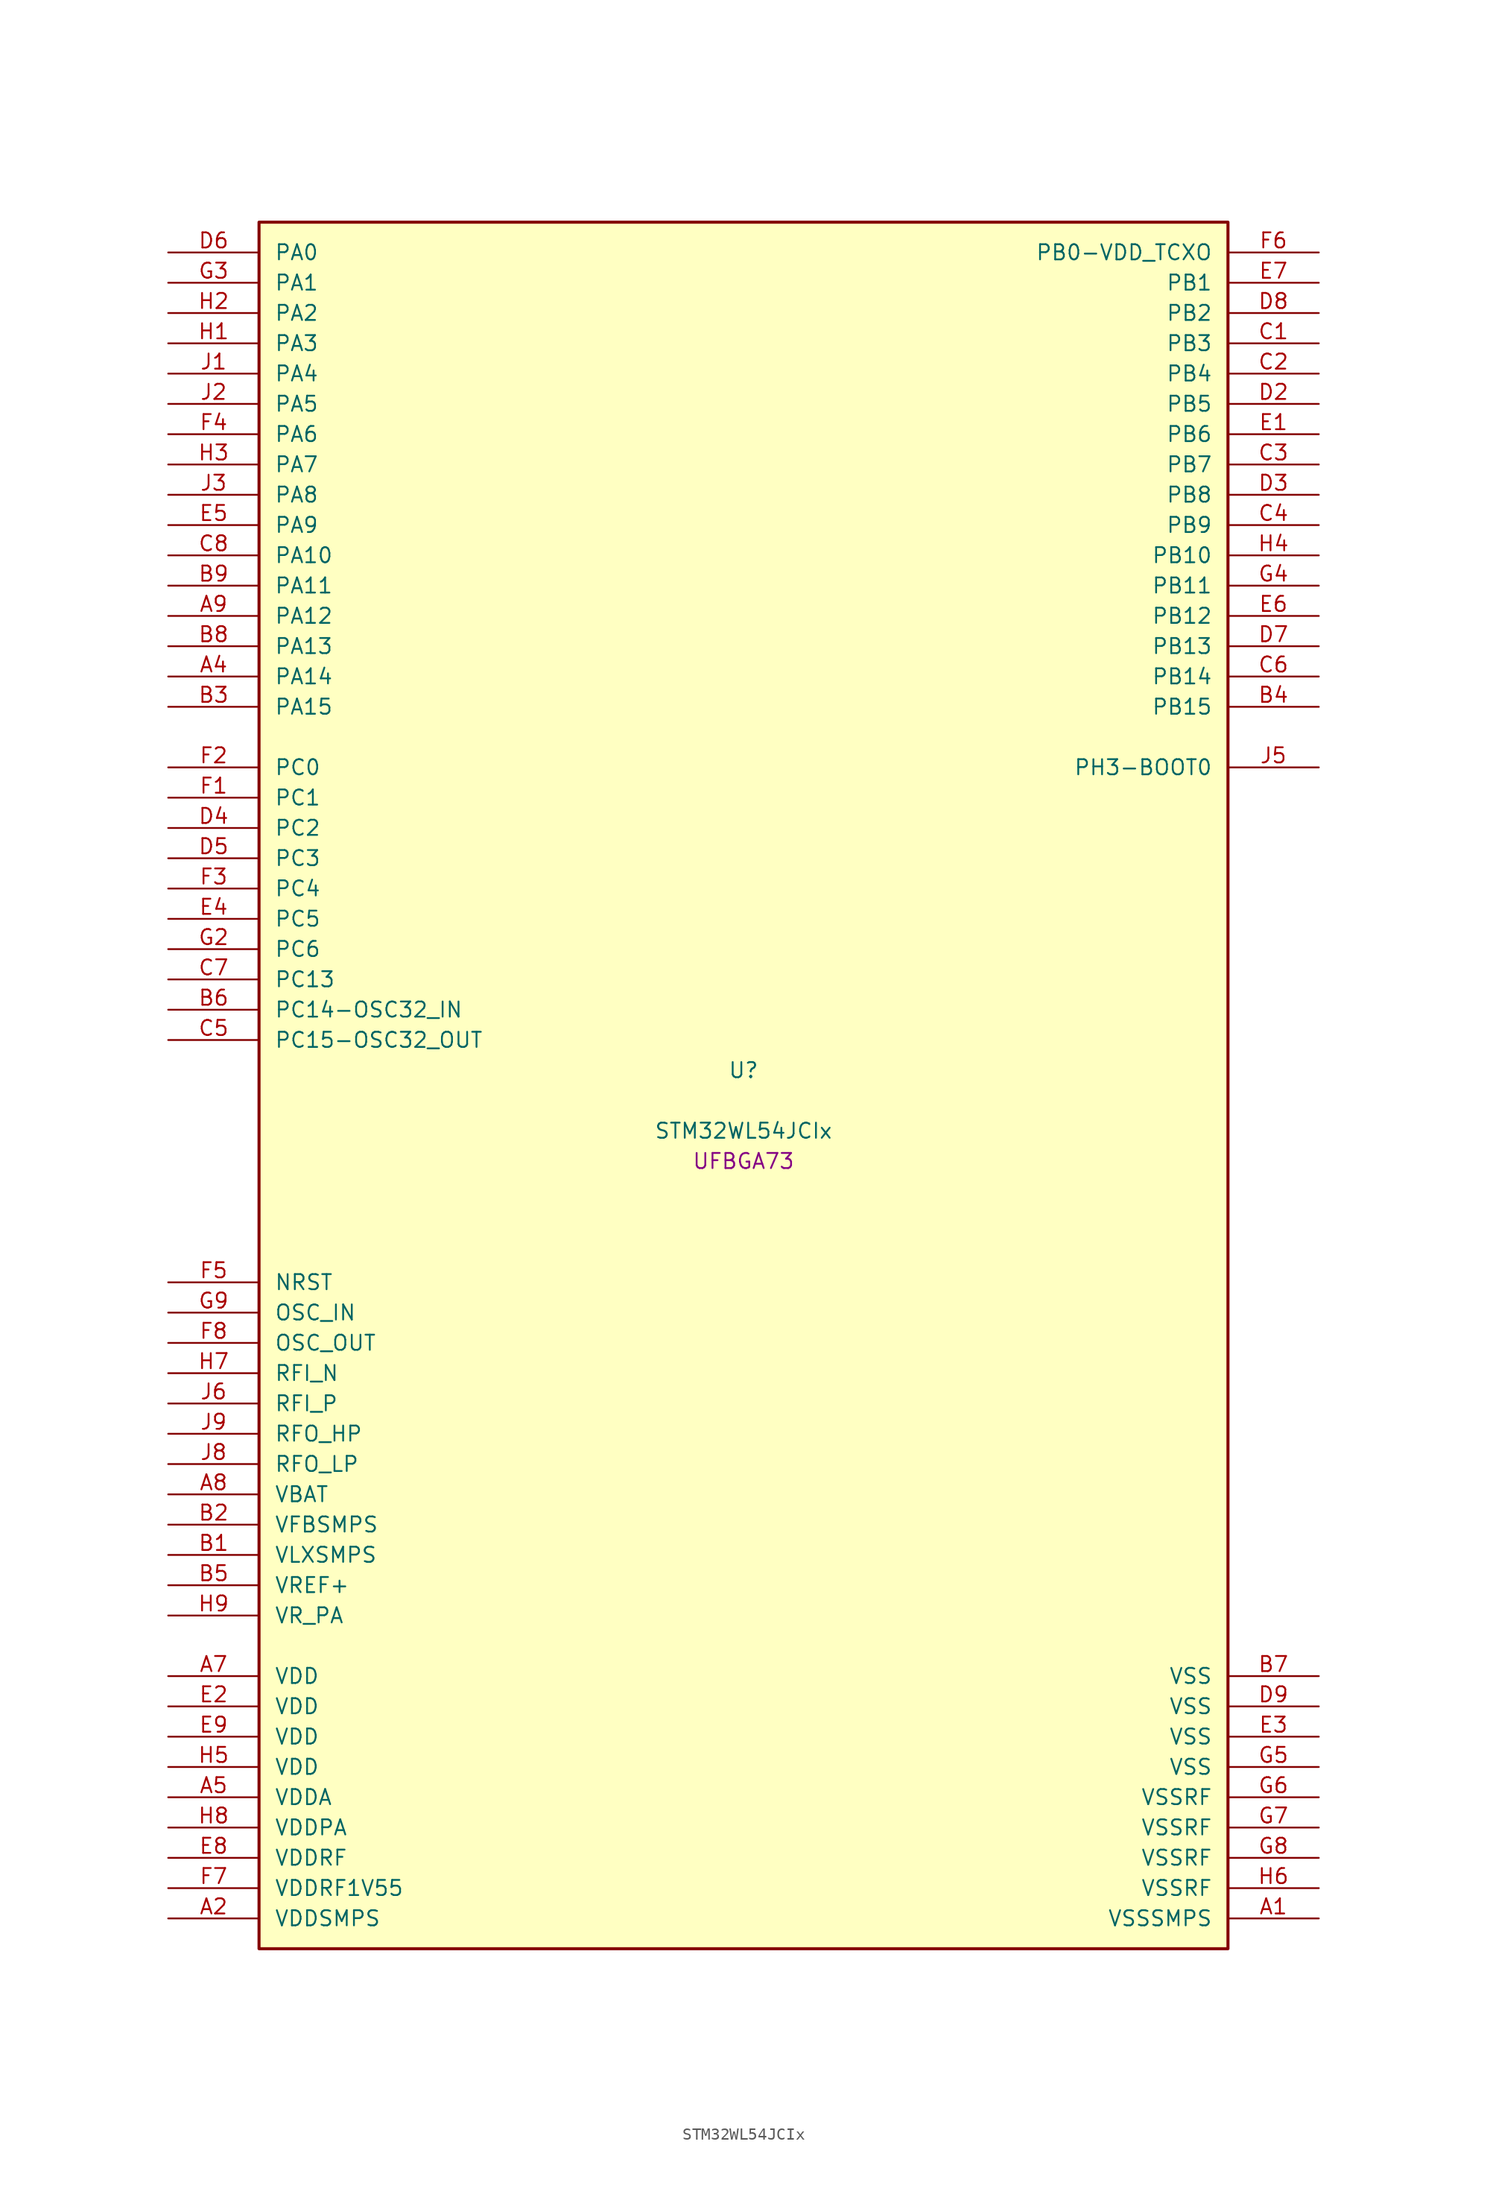
<source format=kicad_sym>
(kicad_symbol_lib
  (version 20241209)
  (generator "stm32_pkl_generator")
  (generator_version "1.0")
  (symbol "STM32WL54JCIx"
    (pin_names
      (offset 1.27))
    (property "Reference" "U"
      (at 0 2.54 0))
    (property "Value" "STM32WL54JCIx"
      (at 0 -2.54 0))
    (property "Footprint" "UFBGA73"
      (at 0 -5.08 0))
    (symbol "STM32WL54JCIx_1_1"
      (rectangle (start -40.64 73.66) (end 40.64 -71.12) (stroke (width 0.254) (type solid)) (fill (type background)))
      (pin bidirectional line (at -48.26 71.12 0) (length 7.62) (name "PA0") (number "D6") (alternate "PA0/COMP1_OUT" bidirectional line) (alternate "PA0/DEBUG_PWR-REGLP1S" bidirectional line) (alternate "PA0/I2C3_SMBA" bidirectional line) (alternate "PA0/I2S_CKIN" bidirectional line) (alternate "PA0/PWR_WKUP1" bidirectional line) (alternate "PA0/RTC_TAMP_IN2" bidirectional line) (alternate "PA0/TIM2_CH1" bidirectional line) (alternate "PA0/TIM2_ETR" bidirectional line) (alternate "PA0/USART2_CTS" bidirectional line) (alternate "PA0/USART2_NSS" bidirectional line))
      (pin bidirectional line (at -48.26 68.58 0) (length 7.62) (name "PA1") (number "G3") (alternate "PA1/DEBUG_PWR-REGLP2S" bidirectional line) (alternate "PA1/I2C1_SMBA" bidirectional line) (alternate "PA1/LPTIM3_OUT" bidirectional line) (alternate "PA1/LPUART1_RTS" bidirectional line) (alternate "PA1/SPI1_SCK" bidirectional line) (alternate "PA1/TIM2_CH2" bidirectional line) (alternate "PA1/USART2_DE" bidirectional line) (alternate "PA1/USART2_RTS" bidirectional line))
      (pin bidirectional line (at -48.26 66.04 0) (length 7.62) (name "PA2") (number "H2") (alternate "PA2/COMP2_OUT" bidirectional line) (alternate "PA2/DEBUG_PWR-LDORDY" bidirectional line) (alternate "PA2/LPUART1_TX" bidirectional line) (alternate "PA2/RCC_LSCO" bidirectional line) (alternate "PA2/TIM2_CH3" bidirectional line) (alternate "PA2/USART2_TX" bidirectional line))
      (pin bidirectional line (at -48.26 63.5 0) (length 7.62) (name "PA3") (number "H1") (alternate "PA3/I2S2_MCK" bidirectional line) (alternate "PA3/LPUART1_RX" bidirectional line) (alternate "PA3/TIM2_CH4" bidirectional line) (alternate "PA3/USART2_RX" bidirectional line))
      (pin bidirectional line (at -48.26 60.96 0) (length 7.62) (name "PA4") (number "J1") (alternate "PA4/DEBUG_SUBGHZSPI-NSSOUT" bidirectional line) (alternate "PA4/LPTIM1_OUT" bidirectional line) (alternate "PA4/LPTIM2_OUT" bidirectional line) (alternate "PA4/RTC_OUT2" bidirectional line) (alternate "PA4/SPI1_NSS" bidirectional line) (alternate "PA4/USART2_CK" bidirectional line))
      (pin bidirectional line (at -48.26 58.42 0) (length 7.62) (name "PA5") (number "J2") (alternate "PA5/DEBUG_SUBGHZSPI-SCKOUT" bidirectional line) (alternate "PA5/LPTIM2_ETR" bidirectional line) (alternate "PA5/SPI1_SCK" bidirectional line) (alternate "PA5/SPI2_MISO" bidirectional line) (alternate "PA5/TIM2_CH1" bidirectional line) (alternate "PA5/TIM2_ETR" bidirectional line))
      (pin bidirectional line (at -48.26 55.88 0) (length 7.62) (name "PA6") (number "F4") (alternate "PA6/DEBUG_SUBGHZSPI-MISOOUT" bidirectional line) (alternate "PA6/I2C2_SMBA" bidirectional line) (alternate "PA6/LPUART1_CTS" bidirectional line) (alternate "PA6/SPI1_MISO" bidirectional line) (alternate "PA6/TIM16_CH1" bidirectional line) (alternate "PA6/TIM1_BKIN" bidirectional line))
      (pin bidirectional line (at -48.26 53.34 0) (length 7.62) (name "PA7") (number "H3") (alternate "PA7/COMP2_OUT" bidirectional line) (alternate "PA7/DEBUG_SUBGHZSPI-MOSIOUT" bidirectional line) (alternate "PA7/I2C3_SCL" bidirectional line) (alternate "PA7/SPI1_MOSI" bidirectional line) (alternate "PA7/TIM17_CH1" bidirectional line) (alternate "PA7/TIM1_CH1N" bidirectional line))
      (pin bidirectional line (at -48.26 50.8 0) (length 7.62) (name "PA8") (number "J3") (alternate "PA8/I2S2_CK" bidirectional line) (alternate "PA8/LPTIM2_OUT" bidirectional line) (alternate "PA8/RCC_MCO" bidirectional line) (alternate "PA8/SPI2_SCK" bidirectional line) (alternate "PA8/TIM1_CH1" bidirectional line) (alternate "PA8/USART1_CK" bidirectional line))
      (pin bidirectional line (at -48.26 48.26 0) (length 7.62) (name "PA9") (number "E5") (alternate "PA9/DAC_EXTI9" bidirectional line) (alternate "PA9/I2C1_SCL" bidirectional line) (alternate "PA9/I2S2_CK" bidirectional line) (alternate "PA9/I2S2_WS" bidirectional line) (alternate "PA9/SPI2_NSS" bidirectional line) (alternate "PA9/SPI2_SCK" bidirectional line) (alternate "PA9/TIM1_CH2" bidirectional line) (alternate "PA9/USART1_TX" bidirectional line))
      (pin bidirectional line (at -48.26 45.72 0) (length 7.62) (name "PA10") (number "C8") (alternate "PA10/ADC_IN6" bidirectional line) (alternate "PA10/COMP1_INM" bidirectional line) (alternate "PA10/COMP2_INM" bidirectional line) (alternate "PA10/DAC_OUT1" bidirectional line) (alternate "PA10/DEBUG_RF-HSE32RDY" bidirectional line) (alternate "PA10/I2C1_SDA" bidirectional line) (alternate "PA10/I2S2_SD" bidirectional line) (alternate "PA10/RTC_REFIN" bidirectional line) (alternate "PA10/SPI2_MOSI" bidirectional line) (alternate "PA10/TIM17_BKIN" bidirectional line) (alternate "PA10/TIM1_CH3" bidirectional line) (alternate "PA10/USART1_RX" bidirectional line))
      (pin bidirectional line (at -48.26 43.18 0) (length 7.62) (name "PA11") (number "B9") (alternate "PA11/ADC_EXTI11" bidirectional line) (alternate "PA11/ADC_IN7" bidirectional line) (alternate "PA11/COMP1_INM" bidirectional line) (alternate "PA11/COMP2_INM" bidirectional line) (alternate "PA11/DEBUG_RF-NRESET" bidirectional line) (alternate "PA11/I2C2_SDA" bidirectional line) (alternate "PA11/LPTIM3_ETR" bidirectional line) (alternate "PA11/SPI1_MISO" bidirectional line) (alternate "PA11/TIM1_BKIN2" bidirectional line) (alternate "PA11/TIM1_CH4" bidirectional line) (alternate "PA11/USART1_CTS" bidirectional line) (alternate "PA11/USART1_NSS" bidirectional line))
      (pin bidirectional line (at -48.26 40.64 0) (length 7.62) (name "PA12") (number "A9") (alternate "PA12/ADC_IN8" bidirectional line) (alternate "PA12/DEBUG_RF-BUSY" bidirectional line) (alternate "PA12/I2C2_SCL" bidirectional line) (alternate "PA12/LPTIM3_IN1" bidirectional line) (alternate "PA12/SPI1_MOSI" bidirectional line) (alternate "PA12/TIM1_ETR" bidirectional line) (alternate "PA12/USART1_DE" bidirectional line) (alternate "PA12/USART1_RTS" bidirectional line))
      (pin bidirectional line (at -48.26 38.1 0) (length 7.62) (name "PA13") (number "B8") (alternate "PA13/ADC_IN9" bidirectional line) (alternate "PA13/DEBUG_JTMS-SWDIO" bidirectional line) (alternate "PA13/I2C2_SMBA" bidirectional line) (alternate "PA13/IR_OUT" bidirectional line))
      (pin bidirectional line (at -48.26 35.56 0) (length 7.62) (name "PA14") (number "A4") (alternate "PA14/ADC_IN10" bidirectional line) (alternate "PA14/DEBUG_JTCK-SWCLK" bidirectional line) (alternate "PA14/I2C1_SMBA" bidirectional line) (alternate "PA14/LPTIM1_OUT" bidirectional line))
      (pin bidirectional line (at -48.26 33.02 0) (length 7.62) (name "PA15") (number "B3") (alternate "PA15/ADC_IN11" bidirectional line) (alternate "PA15/COMP1_INM" bidirectional line) (alternate "PA15/COMP2_INP" bidirectional line) (alternate "PA15/DEBUG_JTDI" bidirectional line) (alternate "PA15/I2C2_SDA" bidirectional line) (alternate "PA15/SPI1_NSS" bidirectional line) (alternate "PA15/TIM2_CH1" bidirectional line) (alternate "PA15/TIM2_ETR" bidirectional line))
      (pin bidirectional line (at 48.26 71.12 180) (length 7.62) (name "PB0-VDD_TCXO") (number "F6") (alternate "PB0-VDD_TCXO/COMP1_OUT" bidirectional line) (alternate "PB0-VDD_TCXO/VDDTCXO" bidirectional line))
      (pin bidirectional line (at 48.26 68.58 180) (length 7.62) (name "PB1") (number "E7") (alternate "PB1/ADC_IN5" bidirectional line) (alternate "PB1/COMP2_INP" bidirectional line) (alternate "PB1/LPTIM2_IN1" bidirectional line) (alternate "PB1/LPUART1_DE" bidirectional line) (alternate "PB1/LPUART1_RTS" bidirectional line))
      (pin bidirectional line (at 48.26 66.04 180) (length 7.62) (name "PB2") (number "D8") (alternate "PB2/ADC_IN4" bidirectional line) (alternate "PB2/COMP1_INP" bidirectional line) (alternate "PB2/COMP2_INM" bidirectional line) (alternate "PB2/DEBUG_RF-SMPSRDY" bidirectional line) (alternate "PB2/I2C3_SMBA" bidirectional line) (alternate "PB2/LPTIM1_OUT" bidirectional line) (alternate "PB2/SPI1_NSS" bidirectional line))
      (pin bidirectional line (at 48.26 63.5 180) (length 7.62) (name "PB3") (number "C1") (alternate "PB3/ADC_IN2" bidirectional line) (alternate "PB3/COMP1_INM" bidirectional line) (alternate "PB3/COMP2_INM" bidirectional line) (alternate "PB3/DEBUG_JTDO-SWO" bidirectional line) (alternate "PB3/DEBUG_RF-DTB1" bidirectional line) (alternate "PB3/PWR_WKUP3" bidirectional line) (alternate "PB3/RTC_TAMP_IN3" bidirectional line) (alternate "PB3/SPI1_SCK" bidirectional line) (alternate "PB3/TIM2_CH2" bidirectional line) (alternate "PB3/USART1_DE" bidirectional line) (alternate "PB3/USART1_RTS" bidirectional line))
      (pin bidirectional line (at 48.26 60.96 180) (length 7.62) (name "PB4") (number "C2") (alternate "PB4/ADC_IN3" bidirectional line) (alternate "PB4/COMP1_INP" bidirectional line) (alternate "PB4/COMP2_INP" bidirectional line) (alternate "PB4/DEBUG_JTRST" bidirectional line) (alternate "PB4/DEBUG_RF-LDORDY" bidirectional line) (alternate "PB4/I2C3_SDA" bidirectional line) (alternate "PB4/SPI1_MISO" bidirectional line) (alternate "PB4/TIM17_BKIN" bidirectional line) (alternate "PB4/USART1_CTS" bidirectional line) (alternate "PB4/USART1_NSS" bidirectional line))
      (pin bidirectional line (at 48.26 58.42 180) (length 7.62) (name "PB5") (number "D2") (alternate "PB5/COMP2_OUT" bidirectional line) (alternate "PB5/I2C1_SMBA" bidirectional line) (alternate "PB5/LPTIM1_IN1" bidirectional line) (alternate "PB5/SPI1_MOSI" bidirectional line) (alternate "PB5/TIM16_BKIN" bidirectional line) (alternate "PB5/USART1_CK" bidirectional line))
      (pin bidirectional line (at 48.26 55.88 180) (length 7.62) (name "PB6") (number "E1") (alternate "PB6/I2C1_SCL" bidirectional line) (alternate "PB6/LPTIM1_ETR" bidirectional line) (alternate "PB6/TIM16_CH1N" bidirectional line) (alternate "PB6/USART1_TX" bidirectional line))
      (pin bidirectional line (at 48.26 53.34 180) (length 7.62) (name "PB7") (number "C3") (alternate "PB7/I2C1_SDA" bidirectional line) (alternate "PB7/LPTIM1_IN2" bidirectional line) (alternate "PB7/PWR_PVD_IN" bidirectional line) (alternate "PB7/TIM17_CH1N" bidirectional line) (alternate "PB7/TIM1_BKIN" bidirectional line) (alternate "PB7/USART1_RX" bidirectional line))
      (pin bidirectional line (at 48.26 50.8 180) (length 7.62) (name "PB8") (number "D3") (alternate "PB8/I2C1_SCL" bidirectional line) (alternate "PB8/TIM16_CH1" bidirectional line) (alternate "PB8/TIM1_CH2N" bidirectional line))
      (pin bidirectional line (at 48.26 48.26 180) (length 7.62) (name "PB9") (number "C4") (alternate "PB9/DAC_EXTI9" bidirectional line) (alternate "PB9/I2C1_SDA" bidirectional line) (alternate "PB9/I2S2_WS" bidirectional line) (alternate "PB9/IR_OUT" bidirectional line) (alternate "PB9/SPI2_NSS" bidirectional line) (alternate "PB9/TIM17_CH1" bidirectional line) (alternate "PB9/TIM1_CH3N" bidirectional line))
      (pin bidirectional line (at 48.26 45.72 180) (length 7.62) (name "PB10") (number "H4") (alternate "PB10/COMP1_OUT" bidirectional line) (alternate "PB10/I2C3_SCL" bidirectional line) (alternate "PB10/I2S2_CK" bidirectional line) (alternate "PB10/LPUART1_RX" bidirectional line) (alternate "PB10/SPI2_SCK" bidirectional line) (alternate "PB10/TIM2_CH3" bidirectional line))
      (pin bidirectional line (at 48.26 43.18 180) (length 7.62) (name "PB11") (number "G4") (alternate "PB11/ADC_EXTI11" bidirectional line) (alternate "PB11/COMP2_OUT" bidirectional line) (alternate "PB11/I2C3_SDA" bidirectional line) (alternate "PB11/LPUART1_TX" bidirectional line) (alternate "PB11/TIM2_CH4" bidirectional line))
      (pin bidirectional line (at 48.26 40.64 180) (length 7.62) (name "PB12") (number "E6") (alternate "PB12/I2C3_SMBA" bidirectional line) (alternate "PB12/I2S2_WS" bidirectional line) (alternate "PB12/LPUART1_RTS" bidirectional line) (alternate "PB12/SPI2_NSS" bidirectional line) (alternate "PB12/TIM1_BKIN" bidirectional line))
      (pin bidirectional line (at 48.26 38.1 180) (length 7.62) (name "PB13") (number "D7") (alternate "PB13/ADC_IN0" bidirectional line) (alternate "PB13/I2C3_SCL" bidirectional line) (alternate "PB13/I2S2_CK" bidirectional line) (alternate "PB13/LPUART1_CTS" bidirectional line) (alternate "PB13/SPI2_SCK" bidirectional line) (alternate "PB13/TIM1_CH1N" bidirectional line))
      (pin bidirectional line (at 48.26 35.56 180) (length 7.62) (name "PB14") (number "C6") (alternate "PB14/ADC_IN1" bidirectional line) (alternate "PB14/I2C3_SDA" bidirectional line) (alternate "PB14/I2S2_MCK" bidirectional line) (alternate "PB14/SPI2_MISO" bidirectional line) (alternate "PB14/TIM1_CH2N" bidirectional line))
      (pin bidirectional line (at 48.26 33.02 180) (length 7.62) (name "PB15") (number "B4") (alternate "PB15/I2C2_SCL" bidirectional line) (alternate "PB15/I2S2_SD" bidirectional line) (alternate "PB15/SPI2_MOSI" bidirectional line) (alternate "PB15/TIM1_CH3N" bidirectional line))
      (pin bidirectional line (at -48.26 27.94 0) (length 7.62) (name "PC0") (number "F2") (alternate "PC0/I2C3_SCL" bidirectional line) (alternate "PC0/LPTIM1_IN1" bidirectional line) (alternate "PC0/LPTIM2_IN1" bidirectional line) (alternate "PC0/LPUART1_RX" bidirectional line))
      (pin bidirectional line (at -48.26 25.4 0) (length 7.62) (name "PC1") (number "F1") (alternate "PC1/I2C3_SDA" bidirectional line) (alternate "PC1/I2S2_SD" bidirectional line) (alternate "PC1/LPTIM1_OUT" bidirectional line) (alternate "PC1/LPUART1_TX" bidirectional line) (alternate "PC1/SPI2_MOSI" bidirectional line))
      (pin bidirectional line (at -48.26 22.86 0) (length 7.62) (name "PC2") (number "D4") (alternate "PC2/LPTIM1_IN2" bidirectional line) (alternate "PC2/SPI2_MISO" bidirectional line))
      (pin bidirectional line (at -48.26 20.32 0) (length 7.62) (name "PC3") (number "D5") (alternate "PC3/I2S2_SD" bidirectional line) (alternate "PC3/LPTIM1_ETR" bidirectional line) (alternate "PC3/LPTIM2_ETR" bidirectional line) (alternate "PC3/SPI2_MOSI" bidirectional line))
      (pin bidirectional line (at -48.26 17.78 0) (length 7.62) (name "PC4") (number "F3"))
      (pin bidirectional line (at -48.26 15.24 0) (length 7.62) (name "PC5") (number "E4"))
      (pin bidirectional line (at -48.26 12.7 0) (length 7.62) (name "PC6") (number "G2") (alternate "PC6/I2S2_MCK" bidirectional line))
      (pin bidirectional line (at -48.26 10.16 0) (length 7.62) (name "PC13") (number "C7") (alternate "PC13/PWR_WKUP2" bidirectional line) (alternate "PC13/RTC_OUT1" bidirectional line) (alternate "PC13/RTC_TAMP_IN1" bidirectional line) (alternate "PC13/RTC_TS" bidirectional line))
      (pin bidirectional line (at -48.26 7.62 0) (length 7.62) (name "PC14-OSC32_IN") (number "B6") (alternate "PC14-OSC32_IN/RCC_OSC32_IN" bidirectional line))
      (pin bidirectional line (at -48.26 5.08 0) (length 7.62) (name "PC15-OSC32_OUT") (number "C5") (alternate "PC15-OSC32_OUT/RCC_OSC32_OUT" bidirectional line))
      (pin bidirectional line (at 48.26 27.94 180) (length 7.62) (name "PH3-BOOT0") (number "J5"))
      (pin input line (at -48.26 -15.24 0) (length 7.62) (name "NRST") (number "F5"))
      (pin bidirectional line (at -48.26 -17.78 0) (length 7.62) (name "OSC_IN") (number "G9") (alternate "OSC_IN/RCC_OSC_IN" bidirectional line))
      (pin bidirectional line (at -48.26 -20.32 0) (length 7.62) (name "OSC_OUT") (number "F8") (alternate "OSC_OUT/RCC_OSC_OUT" bidirectional line))
      (pin bidirectional line (at -48.26 -22.86 0) (length 7.62) (name "RFI_N") (number "H7"))
      (pin bidirectional line (at -48.26 -25.4 0) (length 7.62) (name "RFI_P") (number "J6"))
      (pin bidirectional line (at -48.26 -27.94 0) (length 7.62) (name "RFO_HP") (number "J9"))
      (pin bidirectional line (at -48.26 -30.48 0) (length 7.62) (name "RFO_LP") (number "J8"))
      (pin power_in line (at -48.26 -33.02 0) (length 7.62) (name "VBAT") (number "A8"))
      (pin power_in line (at -48.26 -35.56 0) (length 7.62) (name "VFBSMPS") (number "B2"))
      (pin power_in line (at -48.26 -38.1 0) (length 7.62) (name "VLXSMPS") (number "B1"))
      (pin bidirectional line (at -48.26 -40.64 0) (length 7.62) (name "VREF+") (number "B5") (alternate "VREF+/VREFBUF_OUT" bidirectional line))
      (pin power_in line (at -48.26 -43.18 0) (length 7.62) (name "VR_PA") (number "H9"))
      (pin power_in line (at -48.26 -48.26 0) (length 7.62) (name "VDD") (number "A7"))
      (pin power_in line (at -48.26 -50.8 0) (length 7.62) (name "VDD") (number "E2"))
      (pin power_in line (at -48.26 -53.34 0) (length 7.62) (name "VDD") (number "E9"))
      (pin power_in line (at -48.26 -55.88 0) (length 7.62) (name "VDD") (number "H5"))
      (pin power_in line (at -48.26 -58.42 0) (length 7.62) (name "VDDA") (number "A5"))
      (pin power_in line (at -48.26 -60.96 0) (length 7.62) (name "VDDPA") (number "H8"))
      (pin power_in line (at -48.26 -63.5 0) (length 7.62) (name "VDDRF") (number "E8"))
      (pin power_in line (at -48.26 -66.04 0) (length 7.62) (name "VDDRF1V55") (number "F7"))
      (pin power_in line (at -48.26 -68.58 0) (length 7.62) (name "VDDSMPS") (number "A2"))
      (pin power_in line (at 48.26 -48.26 180) (length 7.62) (name "VSS") (number "B7"))
      (pin power_in line (at 48.26 -50.8 180) (length 7.62) (name "VSS") (number "D9"))
      (pin power_in line (at 48.26 -53.34 180) (length 7.62) (name "VSS") (number "E3"))
      (pin power_in line (at 48.26 -55.88 180) (length 7.62) (name "VSS") (number "G5"))
      (pin power_in line (at 48.26 -58.42 180) (length 7.62) (name "VSSRF") (number "G6"))
      (pin power_in line (at 48.26 -60.96 180) (length 7.62) (name "VSSRF") (number "G7"))
      (pin power_in line (at 48.26 -63.5 180) (length 7.62) (name "VSSRF") (number "G8"))
      (pin power_in line (at 48.26 -66.04 180) (length 7.62) (name "VSSRF") (number "H6"))
      (pin power_in line (at 48.26 -68.58 180) (length 7.62) (name "VSSSMPS") (number "A1")))))
</source>
